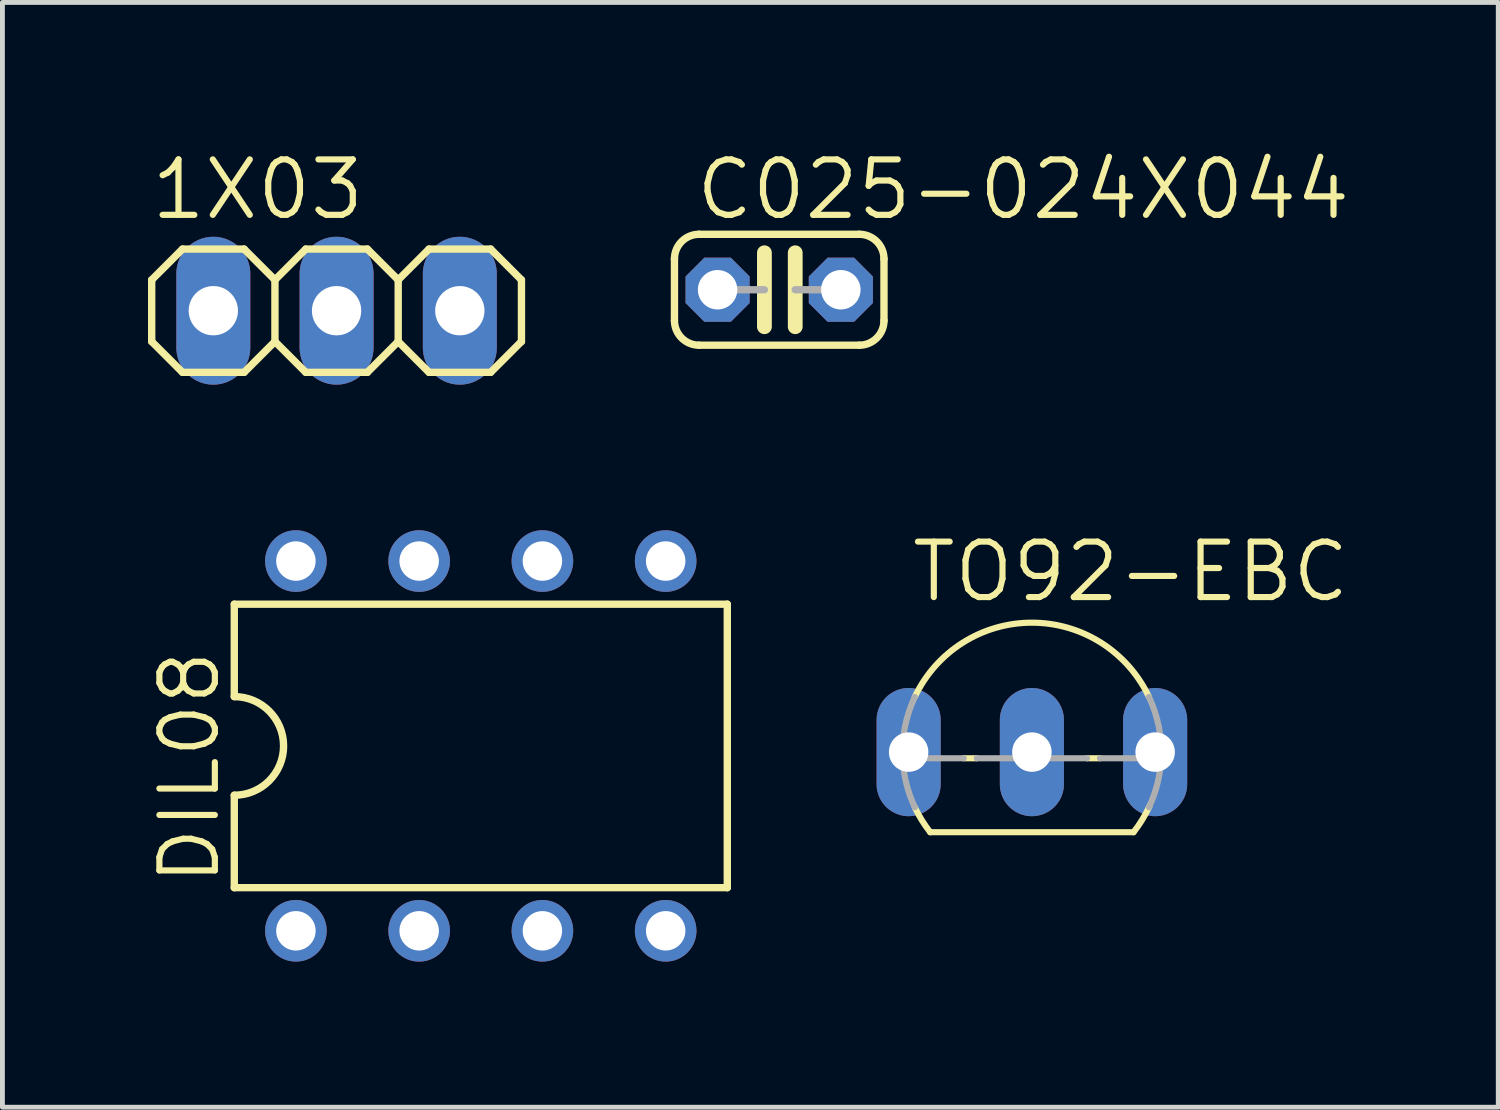
<source format=kicad_pcb>
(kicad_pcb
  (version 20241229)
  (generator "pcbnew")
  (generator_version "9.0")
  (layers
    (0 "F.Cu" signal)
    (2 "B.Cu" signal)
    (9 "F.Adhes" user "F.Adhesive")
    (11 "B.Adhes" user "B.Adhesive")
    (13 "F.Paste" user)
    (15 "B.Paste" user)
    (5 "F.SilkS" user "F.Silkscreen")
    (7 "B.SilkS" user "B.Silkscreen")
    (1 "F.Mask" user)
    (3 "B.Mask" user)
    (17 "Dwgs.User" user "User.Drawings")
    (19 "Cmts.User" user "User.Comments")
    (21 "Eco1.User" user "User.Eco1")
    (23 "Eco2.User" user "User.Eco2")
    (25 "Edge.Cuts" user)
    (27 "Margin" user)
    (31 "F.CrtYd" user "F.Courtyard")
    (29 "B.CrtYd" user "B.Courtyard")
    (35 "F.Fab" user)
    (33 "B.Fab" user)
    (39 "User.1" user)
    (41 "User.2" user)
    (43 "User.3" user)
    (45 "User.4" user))
  (footprint "1X03"
    (layer "F.Cu")
    (at 3.886 3.353)
    (property "Reference" "1X03" (at -3.886 -1.829 0) (layer "F.SilkS") (effects (font (size 1.143 1.143) (thickness 0.127)) (justify left bottom)))
    (fp_line (start -3.81 -0.635) (end -3.81 0.635) (stroke (width 0.152) (type solid)) (layer "F.SilkS"))
    (fp_line (start -3.81 0.635) (end -3.175 1.27) (stroke (width 0.152) (type solid)) (layer "F.SilkS"))
    (fp_line (start -3.175 -1.27) (end -3.81 -0.635) (stroke (width 0.152) (type solid)) (layer "F.SilkS"))
    (fp_line (start -3.175 -1.27) (end -1.905 -1.27) (stroke (width 0.152) (type solid)) (layer "F.SilkS"))
    (fp_line (start -1.905 -1.27) (end -1.27 -0.635) (stroke (width 0.152) (type solid)) (layer "F.SilkS"))
    (fp_line (start -1.905 1.27) (end -3.175 1.27) (stroke (width 0.152) (type solid)) (layer "F.SilkS"))
    (fp_line (start -1.27 -0.635) (end -1.27 0.635) (stroke (width 0.152) (type solid)) (layer "F.SilkS"))
    (fp_line (start -1.27 -0.635) (end -0.635 -1.27) (stroke (width 0.152) (type solid)) (layer "F.SilkS"))
    (fp_line (start -1.27 0.635) (end -1.905 1.27) (stroke (width 0.152) (type solid)) (layer "F.SilkS"))
    (fp_line (start -0.635 -1.27) (end 0.635 -1.27) (stroke (width 0.152) (type solid)) (layer "F.SilkS"))
    (fp_line (start -0.635 1.27) (end -1.27 0.635) (stroke (width 0.152) (type solid)) (layer "F.SilkS"))
    (fp_line (start 0.635 -1.27) (end 1.27 -0.635) (stroke (width 0.152) (type solid)) (layer "F.SilkS"))
    (fp_line (start 0.635 1.27) (end -0.635 1.27) (stroke (width 0.152) (type solid)) (layer "F.SilkS"))
    (fp_line (start 1.27 -0.635) (end 1.27 0.635) (stroke (width 0.152) (type solid)) (layer "F.SilkS"))
    (fp_line (start 1.27 -0.635) (end 1.905 -1.27) (stroke (width 0.152) (type solid)) (layer "F.SilkS"))
    (fp_line (start 1.27 0.635) (end 0.635 1.27) (stroke (width 0.152) (type solid)) (layer "F.SilkS"))
    (fp_line (start 1.905 -1.27) (end 3.175 -1.27) (stroke (width 0.152) (type solid)) (layer "F.SilkS"))
    (fp_line (start 1.905 1.27) (end 1.27 0.635) (stroke (width 0.152) (type solid)) (layer "F.SilkS"))
    (fp_line (start 3.175 -1.27) (end 3.81 -0.635) (stroke (width 0.152) (type solid)) (layer "F.SilkS"))
    (fp_line (start 3.175 1.27) (end 1.905 1.27) (stroke (width 0.152) (type solid)) (layer "F.SilkS"))
    (fp_line (start 3.81 -0.635) (end 3.81 0.635) (stroke (width 0.152) (type solid)) (layer "F.SilkS"))
    (fp_line (start 3.81 0.635) (end 3.175 1.27) (stroke (width 0.152) (type solid)) (layer "F.SilkS"))
    (fp_poly (pts (xy -2.794 0.254) (xy -2.286 0.254) (xy -2.286 -0.254) (xy -2.794 -0.254)) (stroke (width 0.1) (type solid)) (fill no) (layer "F.Fab"))
    (fp_poly (pts (xy -0.254 0.254) (xy 0.254 0.254) (xy 0.254 -0.254) (xy -0.254 -0.254)) (stroke (width 0.1) (type solid)) (fill no) (layer "F.Fab"))
    (fp_poly (pts (xy 2.286 0.254) (xy 2.794 0.254) (xy 2.794 -0.254) (xy 2.286 -0.254)) (stroke (width 0.1) (type solid)) (fill no) (layer "F.Fab"))
    (pad "1" thru_hole oval (at -2.54 0 90) (size 3.048 1.524) (drill 1.016) (layers "*.Cu" "*.Mask"))
    (pad "2" thru_hole oval (at 0 0 90) (size 3.048 1.524) (drill 1.016) (layers "*.Cu" "*.Mask"))
    (pad "3" thru_hole oval (at 2.54 0 90) (size 3.048 1.524) (drill 1.016) (layers "*.Cu" "*.Mask")))
  (footprint "DIL08"
    (layer "F.Cu")
    (at 6.858 12.322)
    (property "Reference" "DIL08" (at -5.334 2.921 90) (layer "F.SilkS") (effects (font (size 1.143 1.143) (thickness 0.127)) (justify left bottom)))
    (fp_line (start -5.08 -2.921) (end -5.08 -1.016) (stroke (width 0.152) (type solid)) (layer "F.SilkS"))
    (fp_line (start -5.08 2.921) (end -5.08 1.016) (stroke (width 0.152) (type solid)) (layer "F.SilkS"))
    (fp_line (start -5.08 2.921) (end 5.08 2.921) (stroke (width 0.152) (type solid)) (layer "F.SilkS"))
    (fp_line (start 5.08 -2.921) (end -5.08 -2.921) (stroke (width 0.152) (type solid)) (layer "F.SilkS"))
    (fp_line (start 5.08 -2.921) (end 5.08 2.921) (stroke (width 0.152) (type solid)) (layer "F.SilkS"))
    (fp_arc (start -5.08 -1.016) (mid -4.064 0) (end -5.08 1.016) (stroke (width 0.1524) (type solid)) (layer "F.SilkS"))
    (pad "1" thru_hole circle (at -3.81 3.81 90) (size 1.27 1.27) (drill 0.813) (layers "*.Cu" "*.Mask"))
    (pad "2" thru_hole circle (at -1.27 3.81 90) (size 1.27 1.27) (drill 0.813) (layers "*.Cu" "*.Mask"))
    (pad "3" thru_hole circle (at 1.27 3.81 90) (size 1.27 1.27) (drill 0.813) (layers "*.Cu" "*.Mask"))
    (pad "4" thru_hole circle (at 3.81 3.81 90) (size 1.27 1.27) (drill 0.813) (layers "*.Cu" "*.Mask"))
    (pad "5" thru_hole circle (at 3.81 -3.81 90) (size 1.27 1.27) (drill 0.813) (layers "*.Cu" "*.Mask"))
    (pad "6" thru_hole circle (at 1.27 -3.81 90) (size 1.27 1.27) (drill 0.813) (layers "*.Cu" "*.Mask"))
    (pad "7" thru_hole circle (at -1.27 -3.81 90) (size 1.27 1.27) (drill 0.813) (layers "*.Cu" "*.Mask"))
    (pad "8" thru_hole circle (at -3.81 -3.81 90) (size 1.27 1.27) (drill 0.813) (layers "*.Cu" "*.Mask")))
  (footprint "TO92-EBC"
    (layer "F.Cu")
    (at 18.215 11.179)
    (property "Reference" "TO92-EBC" (at -2.54 -1.778 0) (layer "F.SilkS") (effects (font (size 1.143 1.143) (thickness 0.127)) (justify left bottom)))
    (fp_line (start -2.095 2.921) (end 2.095 2.921) (stroke (width 0.127) (type solid)) (layer "F.SilkS"))
    (fp_line (start -1.136 1.397) (end -1.404 1.397) (stroke (width 0.127) (type solid)) (layer "F.SilkS"))
    (fp_line (start 1.404 1.397) (end 1.136 1.397) (stroke (width 0.127) (type solid)) (layer "F.SilkS"))
    (fp_arc (start -2.413 0.1341) (mid -0.000001 -1.396986) (end 2.412999 0.134099) (stroke (width 0.127) (type solid)) (layer "F.SilkS"))
    (fp_arc (start -2.095 2.921) (mid -2.268918 2.67252) (end -2.4135 2.4059) (stroke (width 0.127) (type solid)) (layer "F.SilkS"))
    (fp_arc (start 2.4247 2.3818) (mid 2.275878 2.661201) (end 2.095 2.921) (stroke (width 0.127) (type solid)) (layer "F.SilkS"))
    (fp_line (start -1.404 1.397) (end -2.664 1.397) (stroke (width 0.127) (type solid)) (layer "F.Fab"))
    (fp_line (start 1.136 1.397) (end -1.136 1.397) (stroke (width 0.127) (type solid)) (layer "F.Fab"))
    (fp_line (start 2.664 1.397) (end 1.404 1.397) (stroke (width 0.127) (type solid)) (layer "F.Fab"))
    (fp_arc (start -2.664 1.397) (mid -2.615858 0.750175) (end -2.413 0.1341) (stroke (width 0.127) (type solid)) (layer "F.Fab"))
    (fp_arc (start -2.413 2.4059) (mid -2.588137 1.913799) (end -2.664 1.397) (stroke (width 0.127) (type solid)) (layer "F.Fab"))
    (fp_arc (start 2.413 0.1341) (mid 2.615858 0.750175) (end 2.664 1.397) (stroke (width 0.127) (type solid)) (layer "F.Fab"))
    (fp_arc (start 2.664 1.397) (mid 2.588137 1.913799) (end 2.413 2.4059) (stroke (width 0.127) (type solid)) (layer "F.Fab"))
    (pad "B" thru_hole oval (at 0 1.27 90) (size 2.642 1.321) (drill 0.813) (layers "*.Cu" "*.Mask"))
    (pad "C" thru_hole oval (at 2.54 1.27 90) (size 2.642 1.321) (drill 0.813) (layers "*.Cu" "*.Mask"))
    (pad "E" thru_hole oval (at -2.54 1.27 90) (size 2.642 1.321) (drill 0.813) (layers "*.Cu" "*.Mask")))
  (footprint "C025-024X044"
    (layer "F.Cu")
    (at 13.008 2.921)
    (property "Reference" "C025-024X044" (at -1.778 -1.397 0) (layer "F.SilkS") (effects (font (size 1.143 1.143) (thickness 0.127)) (justify left bottom)))
    (fp_line (start -2.159 0.635) (end -2.159 -0.635) (stroke (width 0.152) (type solid)) (layer "F.SilkS"))
    (fp_line (start -0.305 -0.762) (end -0.305 0.762) (stroke (width 0.305) (type solid)) (layer "F.SilkS"))
    (fp_line (start 0.33 -0.762) (end 0.33 0.762) (stroke (width 0.305) (type solid)) (layer "F.SilkS"))
    (fp_line (start 1.651 -1.143) (end -1.651 -1.143) (stroke (width 0.152) (type solid)) (layer "F.SilkS"))
    (fp_line (start 1.651 1.143) (end -1.651 1.143) (stroke (width 0.152) (type solid)) (layer "F.SilkS"))
    (fp_line (start 2.159 0.635) (end 2.159 -0.635) (stroke (width 0.152) (type solid)) (layer "F.SilkS"))
    (fp_arc (start -2.159 -0.635) (mid -2.01021 -0.99421) (end -1.651 -1.143) (stroke (width 0.1524) (type solid)) (layer "F.SilkS"))
    (fp_arc (start -1.651 1.143) (mid -2.01021 0.99421) (end -2.159 0.635) (stroke (width 0.1524) (type solid)) (layer "F.SilkS"))
    (fp_arc (start 1.651 -1.143) (mid 2.01021 -0.99421) (end 2.159 -0.635) (stroke (width 0.1524) (type solid)) (layer "F.SilkS"))
    (fp_arc (start 2.159 0.635) (mid 2.01021 0.99421) (end 1.651 1.143) (stroke (width 0.1524) (type solid)) (layer "F.SilkS"))
    (fp_line (start -1.27 0) (end -0.305 0) (stroke (width 0.152) (type solid)) (layer "F.Fab"))
    (fp_line (start 1.27 0) (end 0.33 0) (stroke (width 0.152) (type solid)) (layer "F.Fab"))
    (pad "1" thru_hole roundrect (at -1.27 0) (size 1.321 1.321) (drill 0.813) (layers "*.Cu" "*.Mask") (roundrect_rratio 0.25) (chamfer_ratio 0.293) (chamfer top_left top_right bottom_left bottom_right))
    (pad "2" thru_hole roundrect (at 1.27 0) (size 1.321 1.321) (drill 0.813) (layers "*.Cu" "*.Mask") (roundrect_rratio 0.25) (chamfer_ratio 0.293) (chamfer top_left top_right bottom_left bottom_right)))
  (gr_rect
    (start -3 -3)
    (end 27.826 19.767)
    (stroke (width 0.1) (type default))
    (fill no)
    (layer "Edge.Cuts")))
</source>
